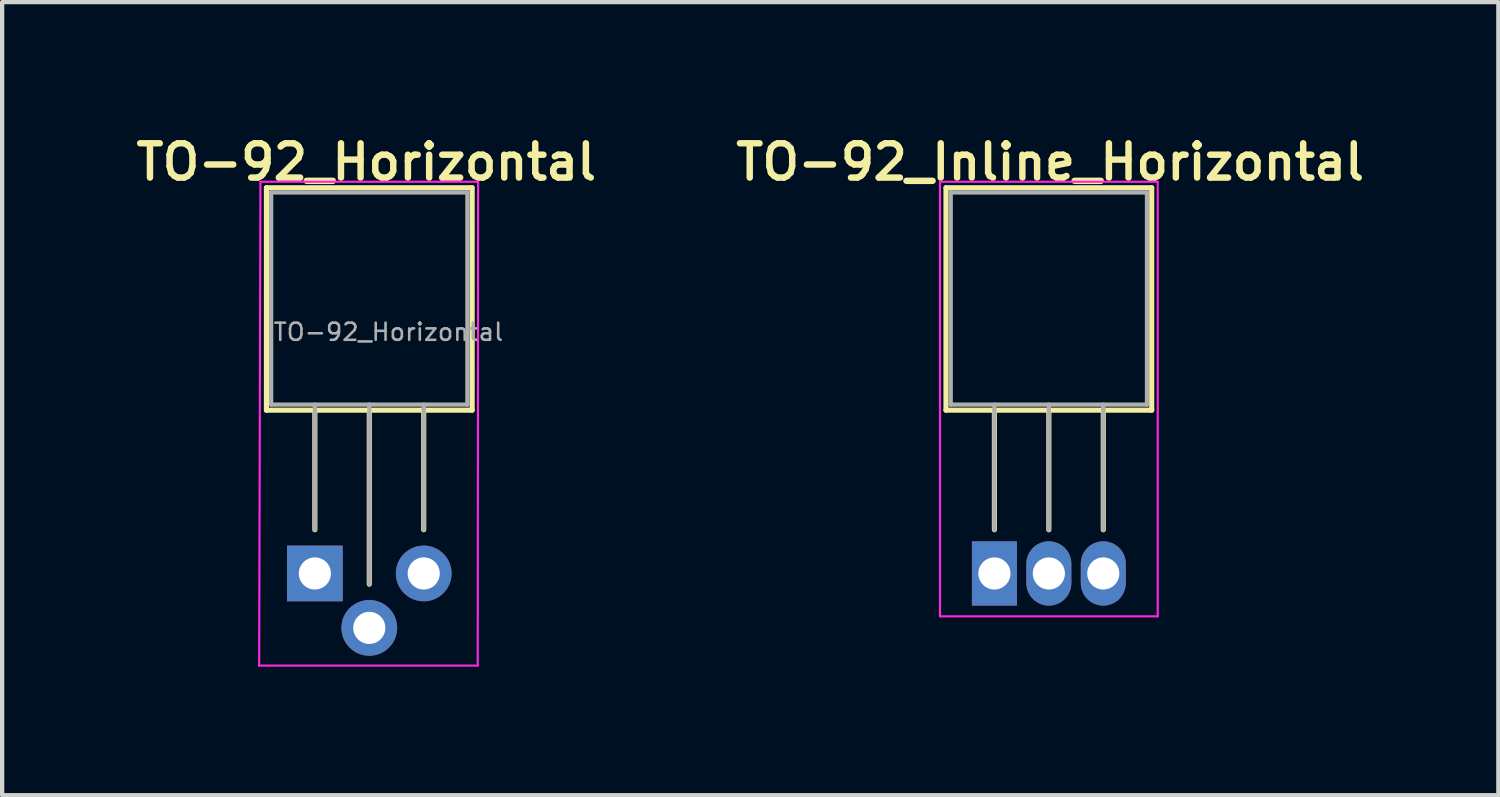
<source format=kicad_pcb>
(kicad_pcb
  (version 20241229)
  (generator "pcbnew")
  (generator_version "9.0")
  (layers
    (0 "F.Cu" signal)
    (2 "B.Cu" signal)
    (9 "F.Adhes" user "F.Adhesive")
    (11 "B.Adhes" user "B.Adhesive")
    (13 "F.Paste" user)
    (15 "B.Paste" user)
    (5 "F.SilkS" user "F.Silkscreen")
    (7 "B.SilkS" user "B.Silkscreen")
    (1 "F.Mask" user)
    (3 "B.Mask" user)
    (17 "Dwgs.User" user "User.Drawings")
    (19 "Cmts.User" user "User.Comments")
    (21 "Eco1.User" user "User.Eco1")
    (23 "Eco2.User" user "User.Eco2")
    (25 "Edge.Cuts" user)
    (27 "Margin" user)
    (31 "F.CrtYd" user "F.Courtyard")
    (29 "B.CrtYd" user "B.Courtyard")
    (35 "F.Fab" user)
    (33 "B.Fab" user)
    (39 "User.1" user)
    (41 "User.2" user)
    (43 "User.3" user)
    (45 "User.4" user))
  (footprint "TO-92_Inline_Horizontal"
    (layer "F.Cu")
    (at 20.154 10.331)
    (property "Reference" "TO-92_Inline_Horizontal" (at 1.3 -9.6 0) (layer "F.SilkS") (effects (font (size 0.8 0.8) (thickness 0.15))))
    (attr through_hole)
    (fp_line (start -1.13 -9) (end -1.13 -3.81) (stroke (width 0.12) (type solid)) (layer "F.SilkS"))
    (fp_line (start -1.13 -3.81) (end 3.67 -3.81) (stroke (width 0.12) (type solid)) (layer "F.SilkS"))
    (fp_line (start 0 -1.02) (end 0 -3.81) (stroke (width 0.12) (type solid)) (layer "F.SilkS"))
    (fp_line (start 1.27 -1.02) (end 1.27 -3.81) (stroke (width 0.12) (type solid)) (layer "F.SilkS"))
    (fp_line (start 2.54 -1.02) (end 2.54 -3.81) (stroke (width 0.12) (type solid)) (layer "F.SilkS"))
    (fp_line (start 3.67 -9) (end -1.13 -9) (stroke (width 0.12) (type solid)) (layer "F.SilkS"))
    (fp_line (start 3.67 -3.81) (end 3.67 -9) (stroke (width 0.12) (type solid)) (layer "F.SilkS"))
    (fp_line (start -1.27 -9.14) (end -1.27 1) (stroke (width 0.05) (type solid)) (layer "F.CrtYd"))
    (fp_line (start -1.27 -9.14) (end 3.81 -9.14) (stroke (width 0.05) (type solid)) (layer "F.CrtYd"))
    (fp_line (start 3.81 1) (end -1.27 1) (stroke (width 0.05) (type solid)) (layer "F.CrtYd"))
    (fp_line (start 3.81 1) (end 3.81 -9.14) (stroke (width 0.05) (type solid)) (layer "F.CrtYd"))
    (fp_line (start -1.02 -8.89) (end -1.02 -3.94) (stroke (width 0.1) (type solid)) (layer "F.Fab"))
    (fp_line (start -1.02 -3.94) (end 3.56 -3.94) (stroke (width 0.1) (type solid)) (layer "F.Fab"))
    (fp_line (start 0 -3.94) (end 0 -1.02) (stroke (width 0.1) (type solid)) (layer "F.Fab"))
    (fp_line (start 1.27 -3.94) (end 1.27 -1.02) (stroke (width 0.1) (type solid)) (layer "F.Fab"))
    (fp_line (start 2.54 -3.94) (end 2.54 -1.02) (stroke (width 0.1) (type solid)) (layer "F.Fab"))
    (fp_line (start 3.56 -8.89) (end -1.02 -8.89) (stroke (width 0.1) (type solid)) (layer "F.Fab"))
    (fp_line (start 3.56 -3.94) (end 3.56 -8.89) (stroke (width 0.1) (type solid)) (layer "F.Fab"))
    (pad "1" thru_hole rect (at 0 0) (size 1.05 1.5) (drill 0.75) (layers "*.Cu" "*.Mask"))
    (pad "2" thru_hole oval (at 1.27 0) (size 1.05 1.5) (drill 0.75) (layers "*.Cu" "*.Mask"))
    (pad "3" thru_hole oval (at 2.54 0) (size 1.05 1.5) (drill 0.75) (layers "*.Cu" "*.Mask")))
  (footprint "TO-92_Horizontal"
    (layer "F.Cu")
    (at 4.297 10.331)
    (property "Reference" "TO-92_Horizontal" (at 1.2 -9.6 0) (layer "F.SilkS") (effects (font (size 0.8 0.8) (thickness 0.15))))
    (attr through_hole)
    (fp_line (start -1.13 -9) (end -1.13 -3.81) (stroke (width 0.12) (type solid)) (layer "F.SilkS"))
    (fp_line (start -1.13 -3.81) (end 3.67 -3.81) (stroke (width 0.12) (type solid)) (layer "F.SilkS"))
    (fp_line (start 0 -1.02) (end 0 -3.81) (stroke (width 0.12) (type solid)) (layer "F.SilkS"))
    (fp_line (start 1.27 0.25) (end 1.27 -3.81) (stroke (width 0.12) (type solid)) (layer "F.SilkS"))
    (fp_line (start 2.54 -1.02) (end 2.54 -3.81) (stroke (width 0.12) (type solid)) (layer "F.SilkS"))
    (fp_line (start 3.67 -9) (end -1.13 -9) (stroke (width 0.12) (type solid)) (layer "F.SilkS"))
    (fp_line (start 3.67 -3.81) (end 3.67 -9) (stroke (width 0.12) (type solid)) (layer "F.SilkS"))
    (fp_line (start -1.27 -9.14) (end -1.3 2.15) (stroke (width 0.05) (type solid)) (layer "F.CrtYd"))
    (fp_line (start -1.27 -9.14) (end 3.81 -9.14) (stroke (width 0.05) (type solid)) (layer "F.CrtYd"))
    (fp_line (start 3.8 2.15) (end -1.3 2.15) (stroke (width 0.05) (type solid)) (layer "F.CrtYd"))
    (fp_line (start 3.8 2.15) (end 3.81 -9.14) (stroke (width 0.05) (type solid)) (layer "F.CrtYd"))
    (fp_line (start -1.02 -8.89) (end -1.02 -3.94) (stroke (width 0.1) (type solid)) (layer "F.Fab"))
    (fp_line (start -1.02 -3.94) (end 3.56 -3.94) (stroke (width 0.1) (type solid)) (layer "F.Fab"))
    (fp_line (start 0 -3.94) (end 0 -1.02) (stroke (width 0.1) (type solid)) (layer "F.Fab"))
    (fp_line (start 1.27 -3.94) (end 1.27 0.25) (stroke (width 0.1) (type solid)) (layer "F.Fab"))
    (fp_line (start 2.54 -3.94) (end 2.54 -1.02) (stroke (width 0.1) (type solid)) (layer "F.Fab"))
    (fp_line (start 3.56 -8.89) (end -1.02 -8.89) (stroke (width 0.1) (type solid)) (layer "F.Fab"))
    (fp_line (start 3.56 -3.94) (end 3.56 -8.89) (stroke (width 0.1) (type solid)) (layer "F.Fab"))
    (fp_text user "${REFERENCE}" (at -1 -5.4 0) (unlocked yes) (layer "F.Fab") (effects (font (size 0.4 0.4) (thickness 0.06)) (justify left bottom)))
    (pad "1" thru_hole rect (at 0 0 270) (size 1.3 1.3) (drill 0.75) (layers "*.Cu" "*.Mask"))
    (pad "2" thru_hole circle (at 1.27 1.27 270) (size 1.3 1.3) (drill 0.75) (layers "*.Cu" "*.Mask"))
    (pad "3" thru_hole circle (at 2.54 0 270) (size 1.3 1.3) (drill 0.75) (layers "*.Cu" "*.Mask")))
  (gr_rect
    (start -3 -3)
    (end 31.913 15.506)
    (stroke (width 0.1) (type default))
    (fill no)
    (layer "Edge.Cuts")))
</source>
